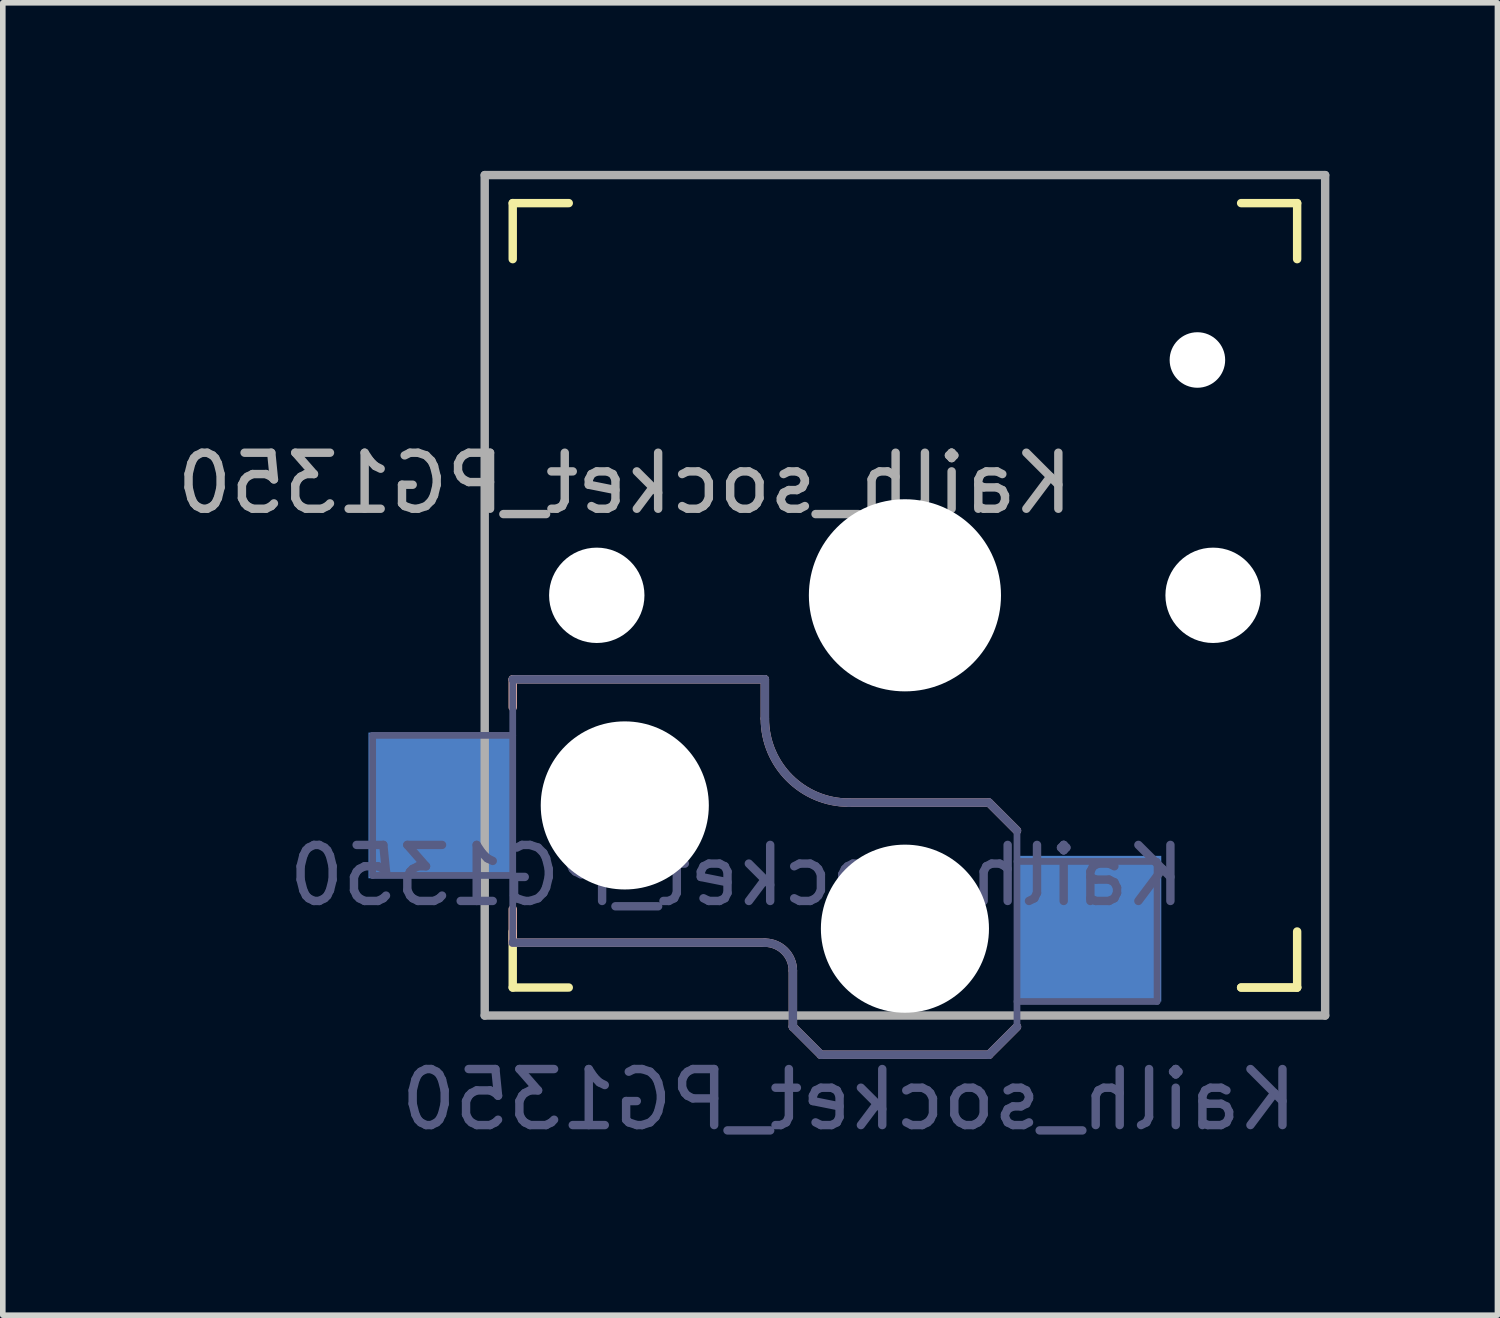
<source format=kicad_pcb>
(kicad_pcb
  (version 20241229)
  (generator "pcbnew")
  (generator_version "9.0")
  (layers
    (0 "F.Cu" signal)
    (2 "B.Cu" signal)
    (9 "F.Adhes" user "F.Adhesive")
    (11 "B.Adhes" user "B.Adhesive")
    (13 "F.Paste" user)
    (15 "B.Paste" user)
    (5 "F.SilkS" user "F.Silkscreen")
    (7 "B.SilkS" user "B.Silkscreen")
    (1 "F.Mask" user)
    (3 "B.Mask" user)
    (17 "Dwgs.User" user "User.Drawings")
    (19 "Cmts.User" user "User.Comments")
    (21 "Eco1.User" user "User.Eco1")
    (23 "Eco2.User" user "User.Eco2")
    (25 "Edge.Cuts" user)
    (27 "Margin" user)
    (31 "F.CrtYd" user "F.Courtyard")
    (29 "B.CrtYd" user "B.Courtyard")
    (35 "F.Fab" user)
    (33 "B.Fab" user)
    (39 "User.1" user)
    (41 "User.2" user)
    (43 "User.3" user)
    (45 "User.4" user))
  (footprint "Kailh_socket_PG1350"
    (layer "F.Cu")
    (at 13.101 7.575)
    (property "Reference" "Kailh_socket_PG1350" (at -5 -2 0) (layer "F.Fab") (effects (font (size 1 1) (thickness 0.15)) (justify mirror)))
    (property "Value" "Kailh_socket_PG1350" (at 0 8.255 0) (layer "F.Fab") (hide yes) (effects (font (size 1 1) (thickness 0.15))))
    (attr smd)
    (fp_line (start -7 -6) (end -7 -7) (stroke (width 0.15) (type solid)) (layer "F.SilkS"))
    (fp_line (start -7 7) (end -7 6) (stroke (width 0.15) (type solid)) (layer "F.SilkS"))
    (fp_line (start -7 7) (end -6 7) (stroke (width 0.15) (type solid)) (layer "F.SilkS"))
    (fp_line (start -6 -7) (end -7 -7) (stroke (width 0.15) (type solid)) (layer "F.SilkS"))
    (fp_line (start 6 7) (end 7 7) (stroke (width 0.15) (type solid)) (layer "F.SilkS"))
    (fp_line (start 7 -7) (end 6 -7) (stroke (width 0.15) (type solid)) (layer "F.SilkS"))
    (fp_line (start 7 -7) (end 7 -6) (stroke (width 0.15) (type solid)) (layer "F.SilkS"))
    (fp_line (start 7 6) (end 7 7) (stroke (width 0.15) (type solid)) (layer "F.SilkS"))
    (fp_line (start 7 7) (end 6 7) (stroke (width 0.15) (type solid)) (layer "F.SilkS"))
    (fp_line (start -7 1.5) (end -7 2) (stroke (width 0.15) (type solid)) (layer "B.SilkS"))
    (fp_line (start -7 5.6) (end -7 6.2) (stroke (width 0.15) (type solid)) (layer "B.SilkS"))
    (fp_line (start -7 6.2) (end -2.5 6.2) (stroke (width 0.15) (type solid)) (layer "B.SilkS"))
    (fp_line (start -2.5 1.5) (end -7 1.5) (stroke (width 0.15) (type solid)) (layer "B.SilkS"))
    (fp_line (start -2.5 2.2) (end -2.5 1.5) (stroke (width 0.15) (type solid)) (layer "B.SilkS"))
    (fp_line (start -2 6.7) (end -2 7.7) (stroke (width 0.15) (type solid)) (layer "B.SilkS"))
    (fp_line (start -1.5 8.2) (end -2 7.7) (stroke (width 0.15) (type solid)) (layer "B.SilkS"))
    (fp_line (start 1.5 3.7) (end -1 3.7) (stroke (width 0.15) (type solid)) (layer "B.SilkS"))
    (fp_line (start 1.5 8.2) (end -1.5 8.2) (stroke (width 0.15) (type solid)) (layer "B.SilkS"))
    (fp_line (start 2 4.2) (end 1.5 3.7) (stroke (width 0.15) (type solid)) (layer "B.SilkS"))
    (fp_line (start 2 7.7) (end 1.5 8.2) (stroke (width 0.15) (type solid)) (layer "B.SilkS"))
    (fp_arc (start -2.5 6.2) (mid -2.146447 6.346447) (end -2 6.7) (stroke (width 0.15) (type solid)) (layer "B.SilkS"))
    (fp_arc (start -1 3.7) (mid -2.06066 3.26066) (end -2.5 2.2) (stroke (width 0.15) (type solid)) (layer "B.SilkS"))
    (fp_line (start -6.9 6.9) (end -6.9 -6.9) (stroke (width 0.15) (type solid)) (layer "Eco2.User"))
    (fp_line (start -6.9 6.9) (end 6.9 6.9) (stroke (width 0.15) (type solid)) (layer "Eco2.User"))
    (fp_line (start -2.6 -3.1) (end -2.6 -6.3) (stroke (width 0.15) (type solid)) (layer "Eco2.User"))
    (fp_line (start -2.6 -3.1) (end 2.6 -3.1) (stroke (width 0.15) (type solid)) (layer "Eco2.User"))
    (fp_line (start 2.6 -6.3) (end -2.6 -6.3) (stroke (width 0.15) (type solid)) (layer "Eco2.User"))
    (fp_line (start 2.6 -3.1) (end 2.6 -6.3) (stroke (width 0.15) (type solid)) (layer "Eco2.User"))
    (fp_line (start 6.9 -6.9) (end -6.9 -6.9) (stroke (width 0.15) (type solid)) (layer "Eco2.User"))
    (fp_line (start 6.9 -6.9) (end 6.9 6.9) (stroke (width 0.15) (type solid)) (layer "Eco2.User"))
    (fp_line (start -9.5 2.5) (end -7 2.5) (stroke (width 0.12) (type solid)) (layer "B.Fab"))
    (fp_line (start -9.5 5) (end -9.5 2.5) (stroke (width 0.12) (type solid)) (layer "B.Fab"))
    (fp_line (start -7 1.5) (end -7 6.2) (stroke (width 0.12) (type solid)) (layer "B.Fab"))
    (fp_line (start -7 5) (end -9.5 5) (stroke (width 0.12) (type solid)) (layer "B.Fab"))
    (fp_line (start -7 6.2) (end -2.5 6.2) (stroke (width 0.15) (type solid)) (layer "B.Fab"))
    (fp_line (start -2.5 1.5) (end -7 1.5) (stroke (width 0.15) (type solid)) (layer "B.Fab"))
    (fp_line (start -2.5 2.2) (end -2.5 1.5) (stroke (width 0.15) (type solid)) (layer "B.Fab"))
    (fp_line (start -2 6.7) (end -2 7.7) (stroke (width 0.15) (type solid)) (layer "B.Fab"))
    (fp_line (start -1.5 8.2) (end -2 7.7) (stroke (width 0.15) (type solid)) (layer "B.Fab"))
    (fp_line (start 1.5 3.7) (end -1 3.7) (stroke (width 0.15) (type solid)) (layer "B.Fab"))
    (fp_line (start 1.5 8.2) (end -1.5 8.2) (stroke (width 0.15) (type solid)) (layer "B.Fab"))
    (fp_line (start 2 4.2) (end 1.5 3.7) (stroke (width 0.15) (type solid)) (layer "B.Fab"))
    (fp_line (start 2 4.25) (end 2 7.7) (stroke (width 0.12) (type solid)) (layer "B.Fab"))
    (fp_line (start 2 4.75) (end 4.5 4.75) (stroke (width 0.12) (type solid)) (layer "B.Fab"))
    (fp_line (start 2 7.7) (end 1.5 8.2) (stroke (width 0.15) (type solid)) (layer "B.Fab"))
    (fp_line (start 4.5 4.75) (end 4.5 7.25) (stroke (width 0.12) (type solid)) (layer "B.Fab"))
    (fp_line (start 4.5 7.25) (end 2 7.25) (stroke (width 0.12) (type solid)) (layer "B.Fab"))
    (fp_arc (start -2.5 6.2) (mid -2.146447 6.346447) (end -2 6.7) (stroke (width 0.15) (type solid)) (layer "B.Fab"))
    (fp_arc (start -1 3.7) (mid -2.06066 3.26066) (end -2.5 2.2) (stroke (width 0.15) (type solid)) (layer "B.Fab"))
    (fp_line (start -7.5 -7.5) (end 7.5 -7.5) (stroke (width 0.15) (type solid)) (layer "F.Fab"))
    (fp_line (start -7.5 7.5) (end -7.5 -7.5) (stroke (width 0.15) (type solid)) (layer "F.Fab"))
    (fp_line (start 7.5 -7.5) (end 7.5 7.5) (stroke (width 0.15) (type solid)) (layer "F.Fab"))
    (fp_line (start 7.5 7.5) (end -7.5 7.5) (stroke (width 0.15) (type solid)) (layer "F.Fab"))
    (fp_text user "${VALUE}" (at -1 9 0) (layer "B.Fab") (effects (font (size 1 1) (thickness 0.15)) (justify mirror)))
    (fp_text user "${REFERENCE}" (at -3 5 0) (layer "B.Fab") (effects (font (size 1 1) (thickness 0.15)) (justify mirror)))
    (pad "" np_thru_hole circle (at -5.5 0) (size 1.702 1.702) (drill 1.702) (layers "*.Cu" "*.Mask"))
    (pad "" np_thru_hole circle (at -5 3.75) (size 3 3) (drill 3) (layers "*.Cu" "*.Mask"))
    (pad "" np_thru_hole circle (at 0 0) (size 3.429 3.429) (drill 3.429) (layers "*.Cu" "*.Mask"))
    (pad "" np_thru_hole circle (at 0 5.95) (size 3 3) (drill 3) (layers "*.Cu" "*.Mask"))
    (pad "" np_thru_hole circle (at 5.22 -4.2) (size 0.991 0.991) (drill 0.991) (layers "*.Cu" "*.Mask"))
    (pad "" np_thru_hole circle (at 5.5 0) (size 1.702 1.702) (drill 1.702) (layers "*.Cu" "*.Mask"))
    (pad "1" smd rect (at 3.275 5.95) (size 2.6 2.6) (layers "B.Cu" "B.Mask" "B.Paste"))
    (pad "2" smd rect (at -8.275 3.75) (size 2.6 2.6) (layers "B.Cu" "B.Mask" "B.Paste")))
  (gr_rect
    (start -3 -3)
    (end 23.676 20.423)
    (stroke (width 0.1) (type default))
    (fill no)
    (layer "Edge.Cuts")))
</source>
